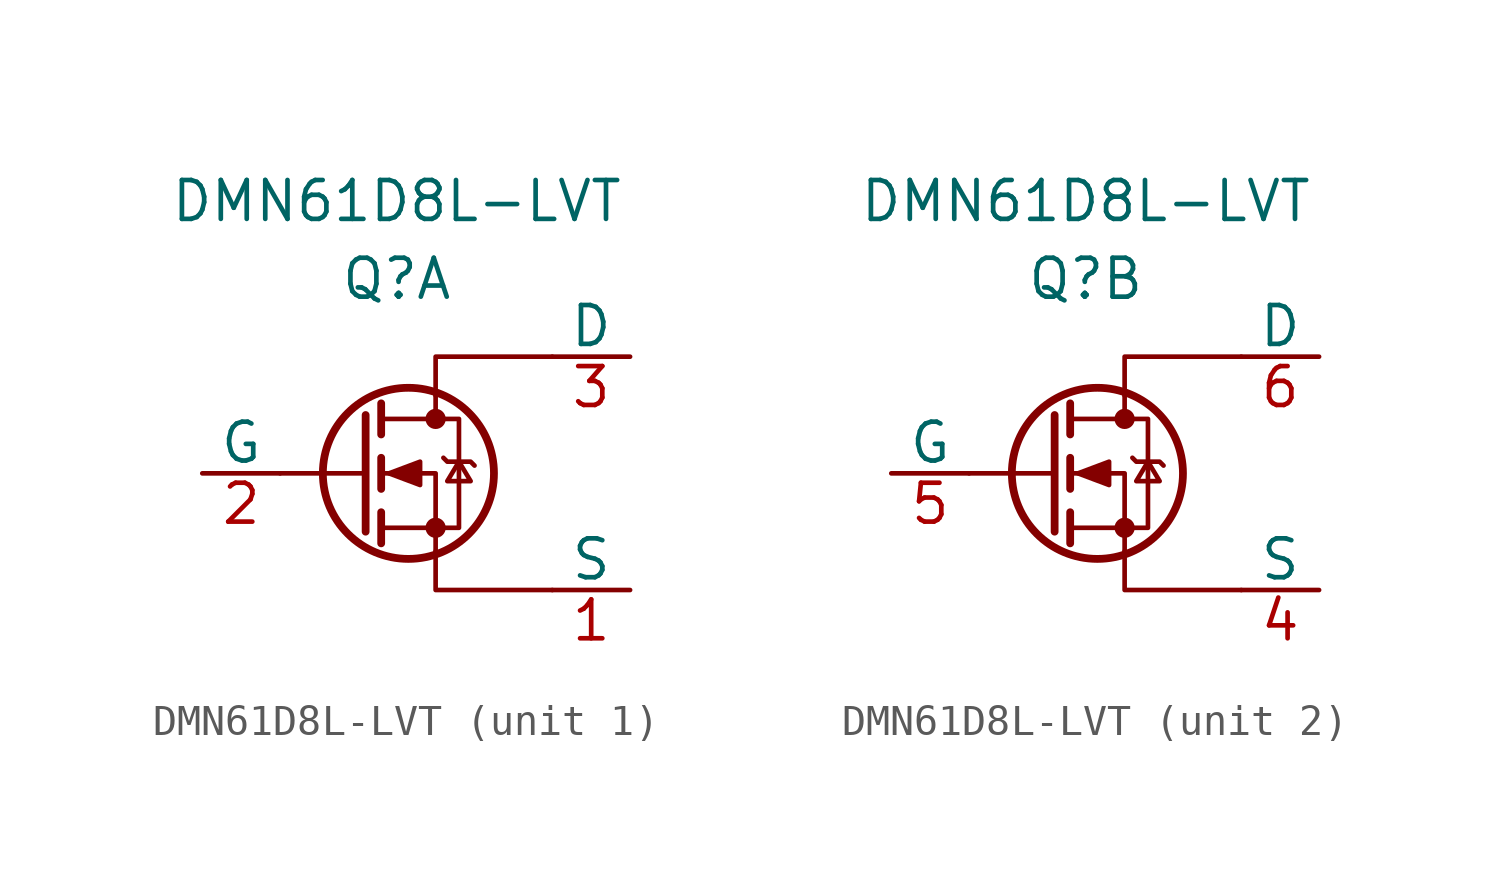
<source format=kicad_sym>
(kicad_symbol_lib
  (version 20211014)
  (generator kicad_symbol_editor)
  (symbol "DMN61D8L-LVT"
    (pin_names
      (offset 0))
    (property "Reference" "Q"
      (at 0 -1.27 0)
      (effects (font (size 1.27 1.27))))
    (property "Value" "DMN61D8L-LVT"
      (at 0 1.27 0)
      (effects (font (size 1.27 1.27))))
    (symbol "DMN61D8L-LVT_0_1"
      (polyline (pts (xy -1.016 -7.62) (xy -3.81 -7.62)) (stroke (width 0) (type default) (color 0 0 0 0)) (fill (type none)))
      (polyline (pts (xy -1.016 -5.715) (xy -1.016 -9.525)) (stroke (width 0.254) (type default) (color 0 0 0 0)) (fill (type none)))
      (polyline (pts (xy -0.508 -8.89) (xy -0.508 -9.906)) (stroke (width 0.254) (type default) (color 0 0 0 0)) (fill (type none)))
      (polyline (pts (xy -0.508 -7.112) (xy -0.508 -8.128)) (stroke (width 0.254) (type default) (color 0 0 0 0)) (fill (type none)))
      (polyline (pts (xy -0.508 -5.334) (xy -0.508 -6.35)) (stroke (width 0.254) (type default) (color 0 0 0 0)) (fill (type none)))
      (polyline (pts (xy 1.27 -5.08) (xy 1.27 -5.842)) (stroke (width 0) (type default) (color 0 0 0 0)) (fill (type none)))
      (polyline (pts (xy 1.27 -10.16) (xy 1.27 -11.43) (xy 5.08 -11.43)) (stroke (width 0) (type default) (color 0 0 0 0)) (fill (type none)))
      (polyline (pts (xy 1.27 -10.16) (xy 1.27 -7.62) (xy -0.508 -7.62)) (stroke (width 0) (type default) (color 0 0 0 0)) (fill (type none)))
      (polyline (pts (xy 1.27 -5.08) (xy 1.27 -3.81) (xy 5.08 -3.81)) (stroke (width 0) (type default) (color 0 0 0 0)) (fill (type none)))
      (polyline (pts (xy -0.508 -9.398) (xy 2.032 -9.398) (xy 2.032 -5.842) (xy -0.508 -5.842)) (stroke (width 0) (type default) (color 0 0 0 0)) (fill (type none)))
      (polyline (pts (xy -0.254 -7.62) (xy 0.762 -7.239) (xy 0.762 -8.001) (xy -0.254 -7.62)) (stroke (width 0) (type default) (color 0 0 0 0)) (fill (type outline)))
      (polyline (pts (xy 1.524 -7.112) (xy 1.651 -7.239) (xy 2.413 -7.239) (xy 2.54 -7.366)) (stroke (width 0) (type default) (color 0 0 0 0)) (fill (type none)))
      (polyline (pts (xy 2.032 -7.239) (xy 1.651 -7.874) (xy 2.413 -7.874) (xy 2.032 -7.239)) (stroke (width 0) (type default) (color 0 0 0 0)) (fill (type none)))
      (circle (center 0.381 -7.62) (radius 2.794) (stroke (width 0.254) (type default) (color 0 0 0 0)) (fill (type none)))
      (circle (center 1.27 -9.398) (radius 0.254) (stroke (width 0) (type default) (color 0 0 0 0)) (fill (type outline)))
      (circle (center 1.27 -5.842) (radius 0.254) (stroke (width 0) (type default) (color 0 0 0 0)) (fill (type outline))))
    (symbol "DMN61D8L-LVT_1_1"
      (pin passive line (at 7.62 -11.43 180) (length 2.54) (name "S" (effects (font (size 1.27 1.27)))) (number "1" (effects (font (size 1.27 1.27)))))
      (pin input line (at -6.35 -7.62 0) (length 2.54) (name "G" (effects (font (size 1.27 1.27)))) (number "2" (effects (font (size 1.27 1.27)))))
      (pin passive line (at 7.62 -3.81 180) (length 2.54) (name "D" (effects (font (size 1.27 1.27)))) (number "3" (effects (font (size 1.27 1.27))))))
    (symbol "DMN61D8L-LVT_2_1"
      (pin passive line (at 7.62 -11.43 180) (length 2.54) (name "S" (effects (font (size 1.27 1.27)))) (number "4" (effects (font (size 1.27 1.27)))))
      (pin input line (at -6.35 -7.62 0) (length 2.54) (name "G" (effects (font (size 1.27 1.27)))) (number "5" (effects (font (size 1.27 1.27)))))
      (pin passive line (at 7.62 -3.81 180) (length 2.54) (name "D" (effects (font (size 1.27 1.27)))) (number "6" (effects (font (size 1.27 1.27))))))))
</source>
